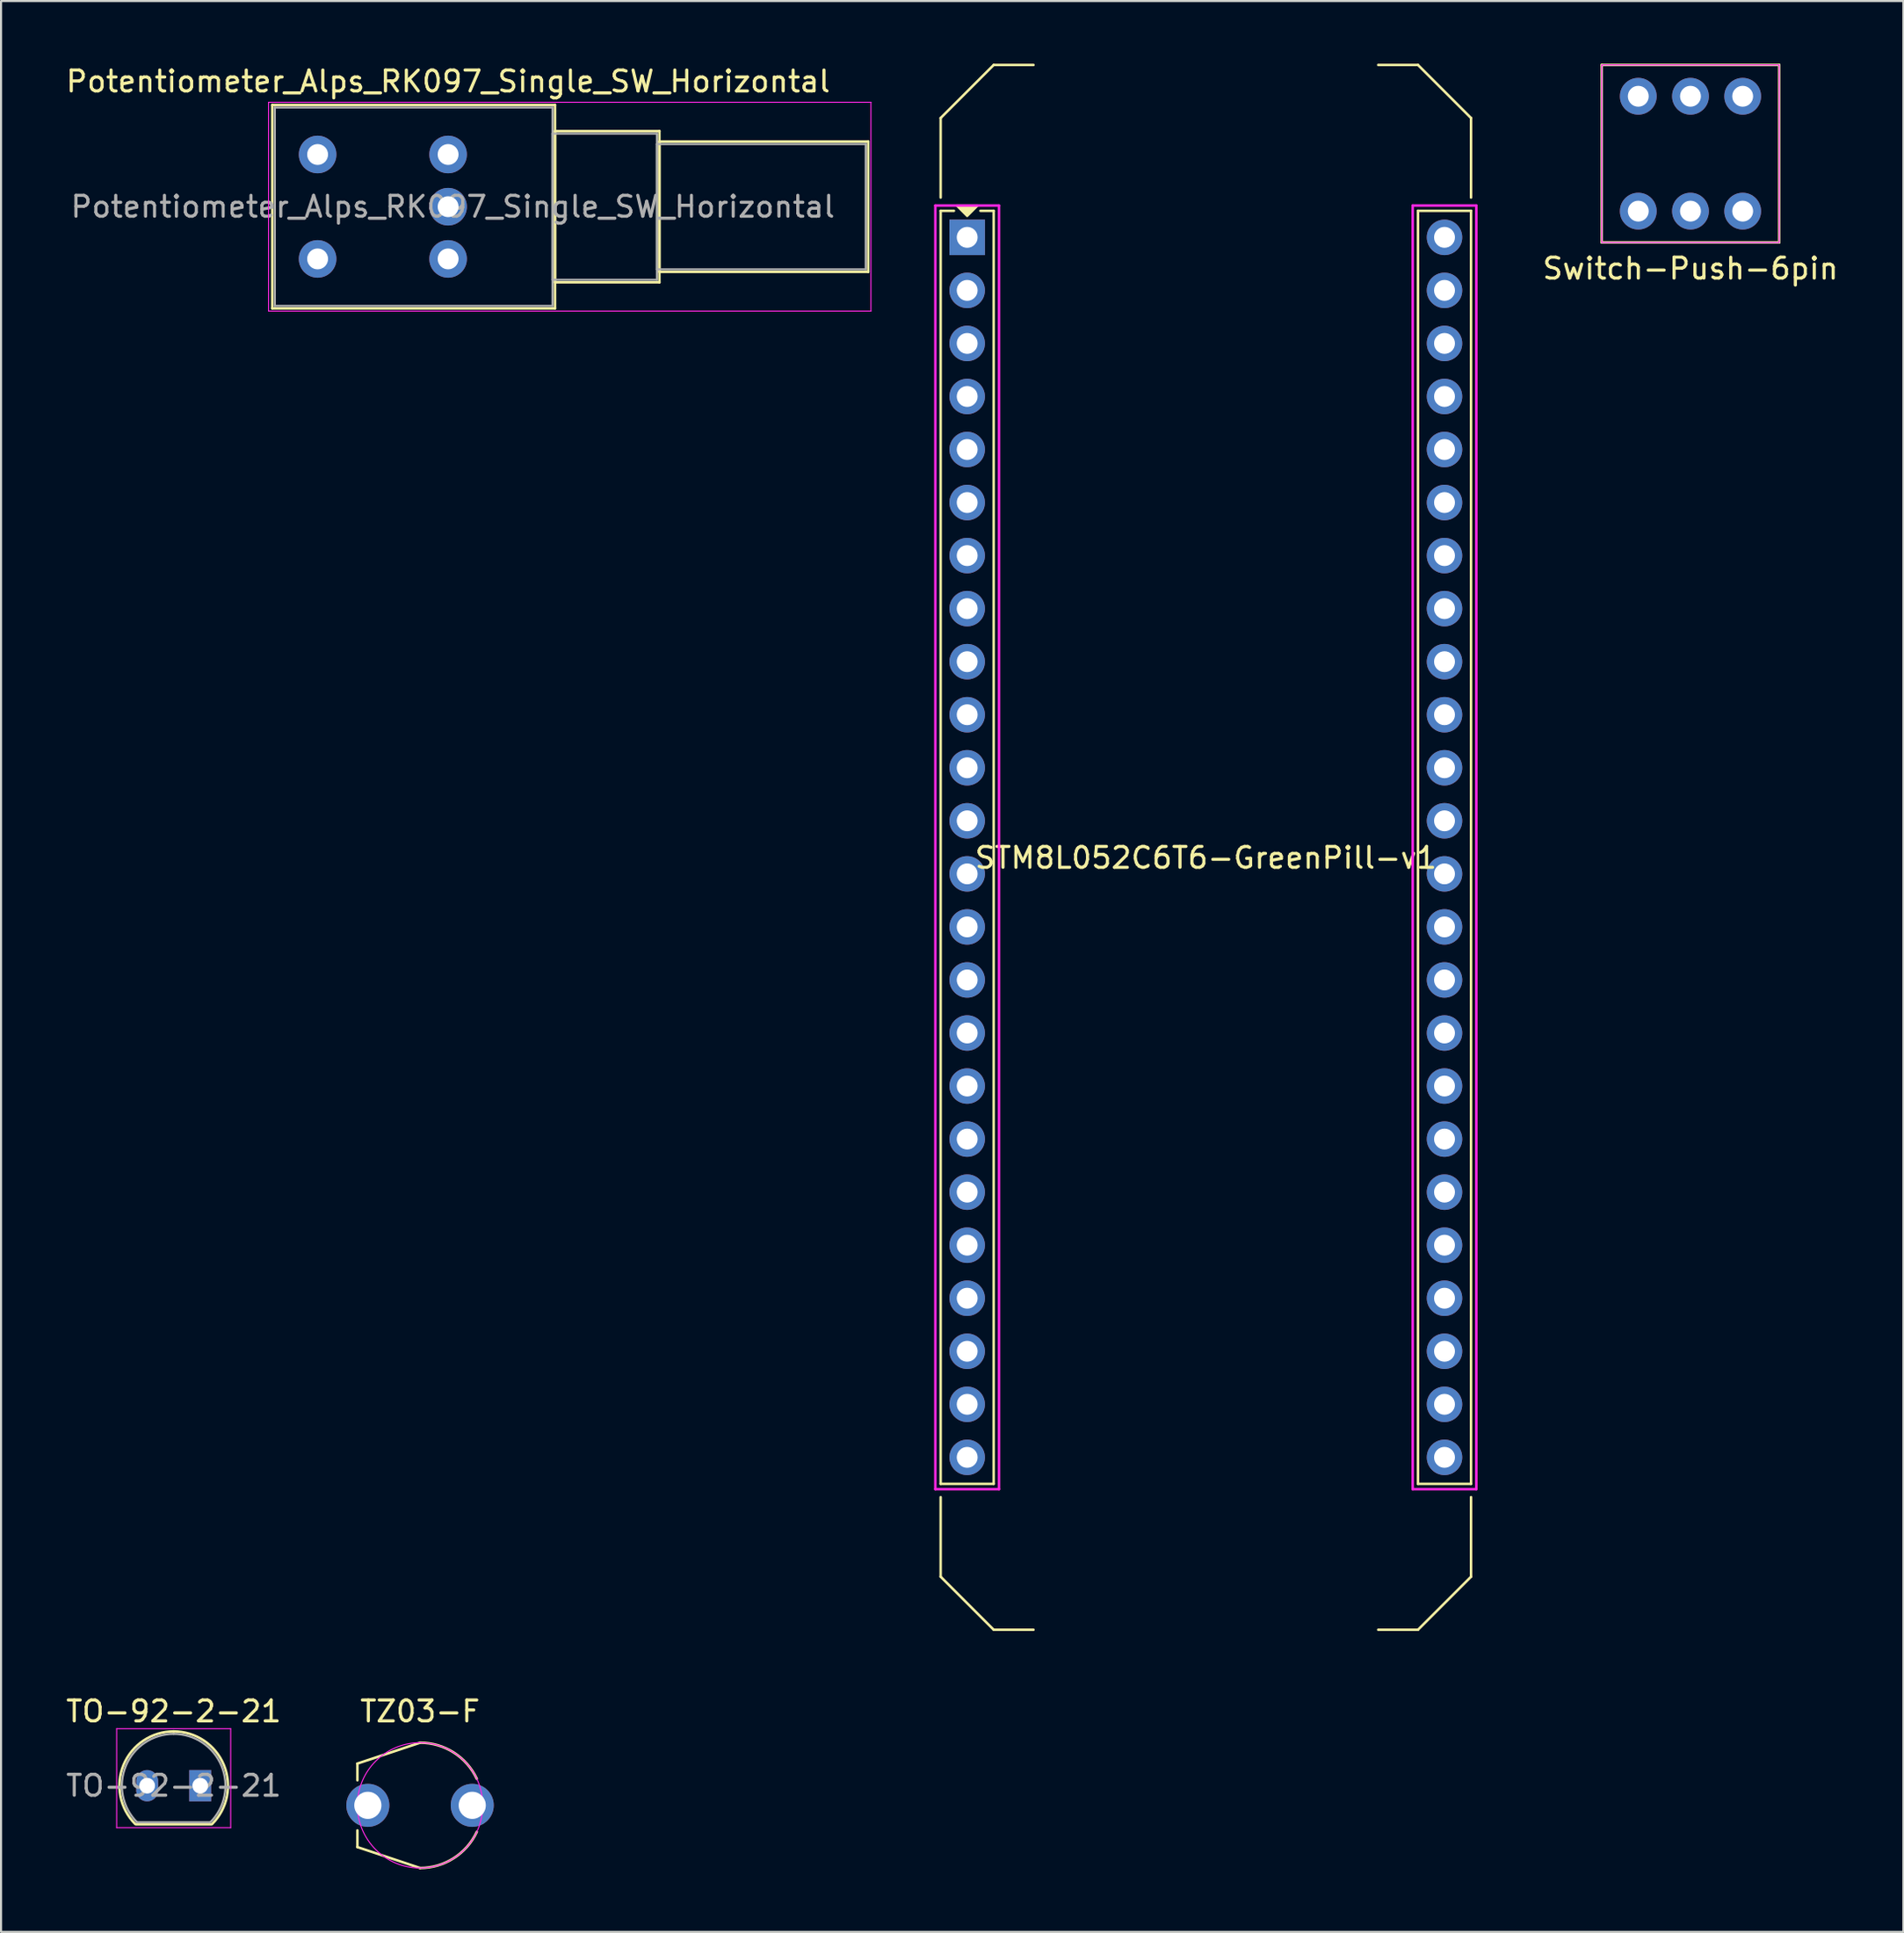
<source format=kicad_pcb>
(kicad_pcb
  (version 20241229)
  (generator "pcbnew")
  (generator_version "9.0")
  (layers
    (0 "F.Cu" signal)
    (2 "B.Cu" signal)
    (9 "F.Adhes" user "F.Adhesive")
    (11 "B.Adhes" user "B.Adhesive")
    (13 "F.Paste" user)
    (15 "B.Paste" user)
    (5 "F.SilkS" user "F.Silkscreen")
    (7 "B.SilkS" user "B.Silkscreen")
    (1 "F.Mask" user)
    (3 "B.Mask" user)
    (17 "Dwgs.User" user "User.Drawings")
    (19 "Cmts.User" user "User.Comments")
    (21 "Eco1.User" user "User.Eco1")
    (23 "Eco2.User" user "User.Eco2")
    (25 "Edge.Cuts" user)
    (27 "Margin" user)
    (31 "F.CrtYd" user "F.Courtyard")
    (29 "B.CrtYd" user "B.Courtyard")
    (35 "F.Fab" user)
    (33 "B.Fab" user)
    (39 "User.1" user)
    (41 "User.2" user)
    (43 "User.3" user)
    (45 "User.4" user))
  (footprint "STM8L052C6T6-GreenPill-v1"
    (layer "F.Cu")
    (at 54.7 37.525)
    (property "Reference" "STM8L052C6T6-GreenPill-v1" (at 0 0.5 0) (layer "F.SilkS") (effects (font (size 1 1) (thickness 0.15))))
    (attr through_hole)
    (fp_line (start -12.7 -34.925) (end -12.7 -31.115) (stroke (width 0.12) (type solid)) (layer "F.SilkS"))
    (fp_line (start -12.7 -30.48) (end -12.7 30.48) (stroke (width 0.12) (type solid)) (layer "F.SilkS"))
    (fp_line (start -12.7 30.48) (end -10.16 30.48) (stroke (width 0.12) (type solid)) (layer "F.SilkS"))
    (fp_line (start -12.7 34.925) (end -12.7 31.115) (stroke (width 0.12) (type solid)) (layer "F.SilkS"))
    (fp_line (start -12.065 -30.48) (end -12.7 -30.48) (stroke (width 0.12) (type solid)) (layer "F.SilkS"))
    (fp_line (start -10.16 -37.465) (end -12.7 -34.925) (stroke (width 0.12) (type solid)) (layer "F.SilkS"))
    (fp_line (start -10.16 -30.48) (end -10.795 -30.48) (stroke (width 0.12) (type solid)) (layer "F.SilkS"))
    (fp_line (start -10.16 30.48) (end -10.16 -30.48) (stroke (width 0.12) (type solid)) (layer "F.SilkS"))
    (fp_line (start -10.16 37.465) (end -12.7 34.925) (stroke (width 0.12) (type solid)) (layer "F.SilkS"))
    (fp_line (start -8.255 -37.465) (end -10.16 -37.465) (stroke (width 0.12) (type solid)) (layer "F.SilkS"))
    (fp_line (start -8.255 37.465) (end -10.16 37.465) (stroke (width 0.12) (type solid)) (layer "F.SilkS"))
    (fp_line (start 8.255 -37.465) (end 10.16 -37.465) (stroke (width 0.12) (type solid)) (layer "F.SilkS"))
    (fp_line (start 8.255 37.465) (end 10.16 37.465) (stroke (width 0.12) (type solid)) (layer "F.SilkS"))
    (fp_line (start 10.16 -37.465) (end 12.7 -34.925) (stroke (width 0.12) (type solid)) (layer "F.SilkS"))
    (fp_line (start 10.16 -30.48) (end 10.16 30.48) (stroke (width 0.12) (type solid)) (layer "F.SilkS"))
    (fp_line (start 10.16 30.48) (end 12.7 30.48) (stroke (width 0.12) (type solid)) (layer "F.SilkS"))
    (fp_line (start 10.16 37.465) (end 12.7 34.925) (stroke (width 0.12) (type solid)) (layer "F.SilkS"))
    (fp_line (start 12.7 -34.925) (end 12.7 -31.115) (stroke (width 0.12) (type solid)) (layer "F.SilkS"))
    (fp_line (start 12.7 -30.48) (end 10.16 -30.48) (stroke (width 0.12) (type solid)) (layer "F.SilkS"))
    (fp_line (start 12.7 30.48) (end 12.7 -30.48) (stroke (width 0.12) (type solid)) (layer "F.SilkS"))
    (fp_line (start 12.7 34.925) (end 12.7 31.115) (stroke (width 0.12) (type solid)) (layer "F.SilkS"))
    (fp_poly (pts (xy -11.43 -30.226) (xy -11.938 -30.734) (xy -10.922 -30.734)) (stroke (width 0.1) (type solid)) (fill yes) (layer "F.SilkS"))
    (fp_line (start -12.954 -30.734) (end -9.906 -30.734) (stroke (width 0.12) (type solid)) (layer "F.CrtYd"))
    (fp_line (start -12.954 30.734) (end -12.954 -30.734) (stroke (width 0.12) (type solid)) (layer "F.CrtYd"))
    (fp_line (start -9.906 -30.734) (end -9.906 30.734) (stroke (width 0.12) (type solid)) (layer "F.CrtYd"))
    (fp_line (start -9.906 30.734) (end -12.954 30.734) (stroke (width 0.12) (type solid)) (layer "F.CrtYd"))
    (fp_line (start 9.906 -30.734) (end 12.954 -30.734) (stroke (width 0.12) (type solid)) (layer "F.CrtYd"))
    (fp_line (start 9.906 30.734) (end 9.906 -30.734) (stroke (width 0.12) (type solid)) (layer "F.CrtYd"))
    (fp_line (start 12.954 -30.734) (end 12.954 30.734) (stroke (width 0.12) (type solid)) (layer "F.CrtYd"))
    (fp_line (start 12.954 30.734) (end 9.906 30.734) (stroke (width 0.12) (type solid)) (layer "F.CrtYd"))
    (pad "1" thru_hole rect (at -11.43 -29.21) (size 1.7 1.7) (drill 1) (layers "*.Cu" "*.Mask"))
    (pad "2" thru_hole circle (at -11.43 -26.67) (size 1.7 1.7) (drill 1) (layers "*.Cu" "*.Mask"))
    (pad "3" thru_hole circle (at -11.43 -24.13) (size 1.7 1.7) (drill 1) (layers "*.Cu" "*.Mask"))
    (pad "4" thru_hole circle (at -11.43 -21.59) (size 1.7 1.7) (drill 1) (layers "*.Cu" "*.Mask"))
    (pad "5" thru_hole circle (at -11.43 -19.05) (size 1.7 1.7) (drill 1) (layers "*.Cu" "*.Mask"))
    (pad "6" thru_hole circle (at -11.43 -16.51) (size 1.7 1.7) (drill 1) (layers "*.Cu" "*.Mask"))
    (pad "7" thru_hole circle (at -11.43 -13.97) (size 1.7 1.7) (drill 1) (layers "*.Cu" "*.Mask"))
    (pad "8" thru_hole circle (at -11.43 -11.43) (size 1.7 1.7) (drill 1) (layers "*.Cu" "*.Mask"))
    (pad "9" thru_hole circle (at -11.43 -8.89) (size 1.7 1.7) (drill 1) (layers "*.Cu" "*.Mask"))
    (pad "10" thru_hole circle (at -11.43 -6.35) (size 1.7 1.7) (drill 1) (layers "*.Cu" "*.Mask"))
    (pad "11" thru_hole circle (at -11.43 -3.81) (size 1.7 1.7) (drill 1) (layers "*.Cu" "*.Mask"))
    (pad "12" thru_hole circle (at -11.43 -1.27) (size 1.7 1.7) (drill 1) (layers "*.Cu" "*.Mask"))
    (pad "13" thru_hole circle (at -11.43 1.27) (size 1.7 1.7) (drill 1) (layers "*.Cu" "*.Mask"))
    (pad "14" thru_hole circle (at -11.43 3.81) (size 1.7 1.7) (drill 1) (layers "*.Cu" "*.Mask"))
    (pad "15" thru_hole circle (at -11.43 6.35) (size 1.7 1.7) (drill 1) (layers "*.Cu" "*.Mask"))
    (pad "16" thru_hole circle (at -11.43 8.89) (size 1.7 1.7) (drill 1) (layers "*.Cu" "*.Mask"))
    (pad "17" thru_hole circle (at -11.43 11.43) (size 1.7 1.7) (drill 1) (layers "*.Cu" "*.Mask"))
    (pad "18" thru_hole circle (at -11.43 13.97) (size 1.7 1.7) (drill 1) (layers "*.Cu" "*.Mask"))
    (pad "19" thru_hole circle (at -11.43 16.51) (size 1.7 1.7) (drill 1) (layers "*.Cu" "*.Mask"))
    (pad "20" thru_hole circle (at -11.43 19.05) (size 1.7 1.7) (drill 1) (layers "*.Cu" "*.Mask"))
    (pad "21" thru_hole circle (at -11.43 21.59) (size 1.7 1.7) (drill 1) (layers "*.Cu" "*.Mask"))
    (pad "22" thru_hole circle (at -11.43 24.13) (size 1.7 1.7) (drill 1) (layers "*.Cu" "*.Mask"))
    (pad "23" thru_hole circle (at -11.43 26.67) (size 1.7 1.7) (drill 1) (layers "*.Cu" "*.Mask"))
    (pad "24" thru_hole circle (at -11.43 29.21) (size 1.7 1.7) (drill 1) (layers "*.Cu" "*.Mask"))
    (pad "25" thru_hole circle (at 11.43 29.21) (size 1.7 1.7) (drill 1) (layers "*.Cu" "*.Mask"))
    (pad "26" thru_hole circle (at 11.43 26.67) (size 1.7 1.7) (drill 1) (layers "*.Cu" "*.Mask"))
    (pad "27" thru_hole circle (at 11.43 24.13) (size 1.7 1.7) (drill 1) (layers "*.Cu" "*.Mask"))
    (pad "28" thru_hole circle (at 11.43 21.59) (size 1.7 1.7) (drill 1) (layers "*.Cu" "*.Mask"))
    (pad "29" thru_hole circle (at 11.43 19.05) (size 1.7 1.7) (drill 1) (layers "*.Cu" "*.Mask"))
    (pad "30" thru_hole circle (at 11.43 16.51) (size 1.7 1.7) (drill 1) (layers "*.Cu" "*.Mask"))
    (pad "31" thru_hole circle (at 11.43 13.97) (size 1.7 1.7) (drill 1) (layers "*.Cu" "*.Mask"))
    (pad "32" thru_hole circle (at 11.43 11.43) (size 1.7 1.7) (drill 1) (layers "*.Cu" "*.Mask"))
    (pad "33" thru_hole circle (at 11.43 8.89) (size 1.7 1.7) (drill 1) (layers "*.Cu" "*.Mask"))
    (pad "34" thru_hole circle (at 11.43 6.35) (size 1.7 1.7) (drill 1) (layers "*.Cu" "*.Mask"))
    (pad "35" thru_hole circle (at 11.43 3.81) (size 1.7 1.7) (drill 1) (layers "*.Cu" "*.Mask"))
    (pad "36" thru_hole circle (at 11.43 1.27) (size 1.7 1.7) (drill 1) (layers "*.Cu" "*.Mask"))
    (pad "37" thru_hole circle (at 11.43 -1.27) (size 1.7 1.7) (drill 1) (layers "*.Cu" "*.Mask"))
    (pad "38" thru_hole circle (at 11.43 -3.81) (size 1.7 1.7) (drill 1) (layers "*.Cu" "*.Mask"))
    (pad "39" thru_hole circle (at 11.43 -6.35) (size 1.7 1.7) (drill 1) (layers "*.Cu" "*.Mask"))
    (pad "40" thru_hole circle (at 11.43 -8.89) (size 1.7 1.7) (drill 1) (layers "*.Cu" "*.Mask"))
    (pad "41" thru_hole circle (at 11.43 -11.43) (size 1.7 1.7) (drill 1) (layers "*.Cu" "*.Mask"))
    (pad "42" thru_hole circle (at 11.43 -13.97) (size 1.7 1.7) (drill 1) (layers "*.Cu" "*.Mask"))
    (pad "43" thru_hole circle (at 11.43 -16.51) (size 1.7 1.7) (drill 1) (layers "*.Cu" "*.Mask"))
    (pad "44" thru_hole circle (at 11.43 -19.05) (size 1.7 1.7) (drill 1) (layers "*.Cu" "*.Mask"))
    (pad "45" thru_hole circle (at 11.43 -21.59) (size 1.7 1.7) (drill 1) (layers "*.Cu" "*.Mask"))
    (pad "46" thru_hole circle (at 11.43 -24.13) (size 1.7 1.7) (drill 1) (layers "*.Cu" "*.Mask"))
    (pad "47" thru_hole circle (at 11.43 -26.67) (size 1.7 1.7) (drill 1) (layers "*.Cu" "*.Mask"))
    (pad "48" thru_hole circle (at 11.43 -29.21) (size 1.7 1.7) (drill 1) (layers "*.Cu" "*.Mask")))
  (footprint "TO-92-2-21"
    (layer "F.Cu")
    (at 3.998 82.458)
    (property "Reference" "TO-92-2-21" (at 1.27 -3.56 0) (layer "F.SilkS") (effects (font (size 1 1) (thickness 0.15))))
    (attr through_hole)
    (fp_line (start -0.53 1.85) (end 3.07 1.85) (stroke (width 0.12) (type solid)) (layer "F.SilkS"))
    (fp_arc (start -0.568478 1.838478) (mid -1.132087 -0.994977) (end 1.27 -2.6) (stroke (width 0.12) (type solid)) (layer "F.SilkS"))
    (fp_arc (start 1.27 -2.6) (mid 3.672087 -0.994977) (end 3.108478 1.838478) (stroke (width 0.12) (type solid)) (layer "F.SilkS"))
    (fp_line (start -1.46 -2.73) (end -1.46 2.01) (stroke (width 0.05) (type solid)) (layer "F.CrtYd"))
    (fp_line (start -1.46 -2.73) (end 4 -2.73) (stroke (width 0.05) (type solid)) (layer "F.CrtYd"))
    (fp_line (start 4 2.01) (end -1.46 2.01) (stroke (width 0.05) (type solid)) (layer "F.CrtYd"))
    (fp_line (start 4 2.01) (end 4 -2.73) (stroke (width 0.05) (type solid)) (layer "F.CrtYd"))
    (fp_line (start -0.5 1.75) (end 3 1.75) (stroke (width 0.1) (type solid)) (layer "F.Fab"))
    (fp_arc (start -0.483625 1.753625) (mid -1.021221 -0.949055) (end 1.27 -2.48) (stroke (width 0.1) (type solid)) (layer "F.Fab"))
    (fp_arc (start 1.27 -2.48) (mid 3.561221 -0.949055) (end 3.023625 1.753625) (stroke (width 0.1) (type solid)) (layer "F.Fab"))
    (fp_text user "${REFERENCE}" (at 1.27 0 0) (layer "F.Fab") (effects (font (size 1 1) (thickness 0.15))))
    (pad "1" thru_hole rect (at 2.54 0) (size 1.05 1.5) (drill 0.75) (layers "*.Cu" "*.Mask"))
    (pad "2" thru_hole oval (at 0 0) (size 1.05 1.5) (drill 0.75) (layers "*.Cu" "*.Mask")))
  (footprint "Potentiometer_Alps_RK097_Single_SW_Horizontal"
    (layer "F.Cu")
    (at 18.411 9.348)
    (property "Reference" "Potentiometer_Alps_RK097_Single_SW_Horizontal" (at 0 -8.5 0) (layer "F.SilkS") (effects (font (size 1 1) (thickness 0.15))))
    (attr through_hole)
    (fp_line (start -8.421 -7.37) (end -8.421 2.37) (stroke (width 0.12) (type solid)) (layer "F.SilkS"))
    (fp_line (start -8.421 -7.37) (end 5.12 -7.37) (stroke (width 0.12) (type solid)) (layer "F.SilkS"))
    (fp_line (start -8.421 2.37) (end 5.12 2.37) (stroke (width 0.12) (type solid)) (layer "F.SilkS"))
    (fp_line (start 5.12 -7.37) (end 5.12 2.37) (stroke (width 0.12) (type solid)) (layer "F.SilkS"))
    (fp_line (start 5.12 -6.12) (end 5.12 1.12) (stroke (width 0.12) (type solid)) (layer "F.SilkS"))
    (fp_line (start 5.12 -6.12) (end 10.12 -6.12) (stroke (width 0.12) (type solid)) (layer "F.SilkS"))
    (fp_line (start 5.12 1.12) (end 10.12 1.12) (stroke (width 0.12) (type solid)) (layer "F.SilkS"))
    (fp_line (start 10.12 -6.12) (end 10.12 1.12) (stroke (width 0.12) (type solid)) (layer "F.SilkS"))
    (fp_line (start 10.12 -5.62) (end 10.12 0.62) (stroke (width 0.12) (type solid)) (layer "F.SilkS"))
    (fp_line (start 10.12 -5.62) (end 20.12 -5.62) (stroke (width 0.12) (type solid)) (layer "F.SilkS"))
    (fp_line (start 10.12 0.62) (end 20.12 0.62) (stroke (width 0.12) (type solid)) (layer "F.SilkS"))
    (fp_line (start 20.12 -5.62) (end 20.12 0.62) (stroke (width 0.12) (type solid)) (layer "F.SilkS"))
    (fp_line (start -8.6 -7.5) (end -8.6 2.5) (stroke (width 0.05) (type solid)) (layer "F.CrtYd"))
    (fp_line (start -8.6 2.5) (end 20.25 2.5) (stroke (width 0.05) (type solid)) (layer "F.CrtYd"))
    (fp_line (start 20.25 -7.5) (end -8.6 -7.5) (stroke (width 0.05) (type solid)) (layer "F.CrtYd"))
    (fp_line (start 20.25 2.5) (end 20.25 -7.5) (stroke (width 0.05) (type solid)) (layer "F.CrtYd"))
    (fp_line (start -8.3 -7.25) (end -8.3 2.25) (stroke (width 0.1) (type solid)) (layer "F.Fab"))
    (fp_line (start -8.3 2.25) (end 5 2.25) (stroke (width 0.1) (type solid)) (layer "F.Fab"))
    (fp_line (start 5 -7.25) (end -8.3 -7.25) (stroke (width 0.1) (type solid)) (layer "F.Fab"))
    (fp_line (start 5 -6) (end 5 1) (stroke (width 0.1) (type solid)) (layer "F.Fab"))
    (fp_line (start 5 1) (end 10 1) (stroke (width 0.1) (type solid)) (layer "F.Fab"))
    (fp_line (start 5 2.25) (end 5 -7.25) (stroke (width 0.1) (type solid)) (layer "F.Fab"))
    (fp_line (start 10 -6) (end 5 -6) (stroke (width 0.1) (type solid)) (layer "F.Fab"))
    (fp_line (start 10 -5.5) (end 10 0.5) (stroke (width 0.1) (type solid)) (layer "F.Fab"))
    (fp_line (start 10 0.5) (end 20 0.5) (stroke (width 0.1) (type solid)) (layer "F.Fab"))
    (fp_line (start 10 1) (end 10 -6) (stroke (width 0.1) (type solid)) (layer "F.Fab"))
    (fp_line (start 20 -5.5) (end 10 -5.5) (stroke (width 0.1) (type solid)) (layer "F.Fab"))
    (fp_line (start 20 0.5) (end 20 -5.5) (stroke (width 0.1) (type solid)) (layer "F.Fab"))
    (fp_text user "${REFERENCE}" (at 0.225 -2.5 0) (layer "F.Fab") (effects (font (size 1 1) (thickness 0.15))))
    (pad "1" thru_hole circle (at 0 0) (size 1.8 1.8) (drill 1) (layers "*.Cu" "*.Mask"))
    (pad "2" thru_hole circle (at 0 -2.5) (size 1.8 1.8) (drill 1) (layers "*.Cu" "*.Mask"))
    (pad "3" thru_hole circle (at 0 -5) (size 1.8 1.8) (drill 1) (layers "*.Cu" "*.Mask"))
    (pad "4" thru_hole circle (at -6.25 0) (size 1.8 1.8) (drill 1) (layers "*.Cu" "*.Mask"))
    (pad "5" thru_hole circle (at -6.25 -5) (size 1.8 1.8) (drill 1) (layers "*.Cu" "*.Mask")))
  (footprint "TZ03-F"
    (layer "F.Cu")
    (at 17.067 83.398)
    (property "Reference" "TZ03-F" (at 0 -4.5 0) (layer "F.SilkS") (effects (font (size 1 1) (thickness 0.15))))
    (attr through_hole)
    (fp_line (start -3 -2) (end 0 -3) (stroke (width 0.12) (type solid)) (layer "F.SilkS"))
    (fp_line (start -3 -1.2) (end -3 -2) (stroke (width 0.12) (type solid)) (layer "F.SilkS"))
    (fp_line (start -3 2) (end -3 1.2) (stroke (width 0.12) (type solid)) (layer "F.SilkS"))
    (fp_line (start 0 3) (end -3 2) (stroke (width 0.12) (type solid)) (layer "F.SilkS"))
    (fp_arc (start 0 -3) (mid 1.611899 -2.530174) (end 2.718923 -1.267855) (stroke (width 0.12) (type solid)) (layer "F.SilkS"))
    (fp_arc (start 2.718923 1.267855) (mid 1.611899 2.530174) (end 0 3) (stroke (width 0.12) (type solid)) (layer "F.SilkS"))
    (fp_circle (center 0 0) (end -3 0) (stroke (width 0.05) (type solid)) (fill no) (layer "F.CrtYd"))
    (pad "1" thru_hole circle (at -2.5 0 180) (size 2.062 2.062) (drill 1.3) (layers "*.Cu" "*.Mask"))
    (pad "2" thru_hole circle (at 2.5 0 180) (size 2.062 2.062) (drill 1.3) (layers "*.Cu" "*.Mask")))
  (footprint "Switch-Push-6pin"
    (layer "F.Cu")
    (at 77.91 4.31)
    (property "Reference" "Switch-Push-6pin" (at 0 5.5 0) (layer "F.SilkS") (effects (font (size 1 1) (thickness 0.15))))
    (attr through_hole)
    (fp_line (start -4.25 -4.25) (end 4.25 -4.25) (stroke (width 0.12) (type solid)) (layer "F.SilkS"))
    (fp_line (start -4.25 4.25) (end -4.25 -4.25) (stroke (width 0.12) (type solid)) (layer "F.SilkS"))
    (fp_line (start 4.25 -4.25) (end 4.25 4.25) (stroke (width 0.12) (type solid)) (layer "F.SilkS"))
    (fp_line (start 4.25 4.25) (end -4.25 4.25) (stroke (width 0.12) (type solid)) (layer "F.SilkS"))
    (fp_line (start -4.25 -4.25) (end 4.25 -4.25) (stroke (width 0.05) (type solid)) (layer "F.CrtYd"))
    (fp_line (start -4.25 4.25) (end -4.25 -4.25) (stroke (width 0.05) (type solid)) (layer "F.CrtYd"))
    (fp_line (start 4.25 -4.25) (end 4.25 4.25) (stroke (width 0.05) (type solid)) (layer "F.CrtYd"))
    (fp_line (start 4.25 4.25) (end -4.25 4.25) (stroke (width 0.05) (type solid)) (layer "F.CrtYd"))
    (pad "1" thru_hole circle (at -2.5 -2.75) (size 1.762 1.762) (drill 1) (layers "*.Cu" "*.Mask"))
    (pad "1" thru_hole circle (at 0 -2.75) (size 1.762 1.762) (drill 1) (layers "*.Cu" "*.Mask"))
    (pad "1" thru_hole circle (at 2.5 -2.75) (size 1.762 1.762) (drill 1) (layers "*.Cu" "*.Mask"))
    (pad "2" thru_hole circle (at -2.5 2.75) (size 1.762 1.762) (drill 1) (layers "*.Cu" "*.Mask"))
    (pad "2" thru_hole circle (at 0 2.75) (size 1.762 1.762) (drill 1) (layers "*.Cu" "*.Mask"))
    (pad "2" thru_hole circle (at 2.5 2.75) (size 1.762 1.762) (drill 1) (layers "*.Cu" "*.Mask")))
  (gr_rect
    (start -3 -3)
    (end 88.107 89.458)
    (stroke (width 0.1) (type default))
    (fill no)
    (layer "Edge.Cuts")))
</source>
